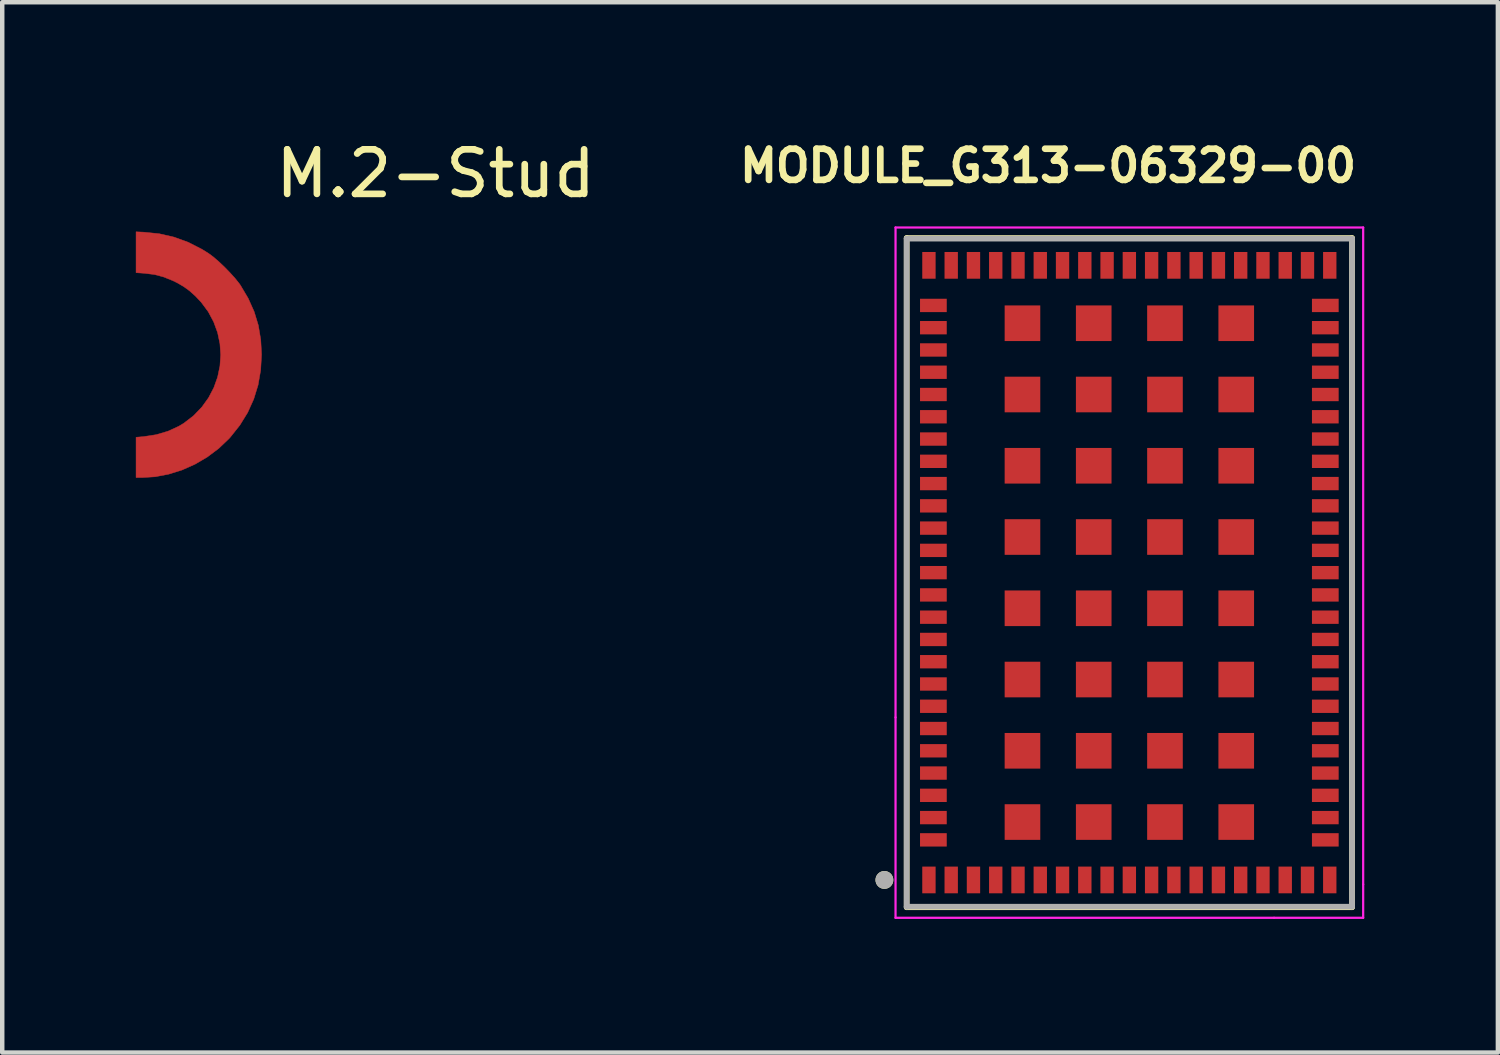
<source format=kicad_pcb>
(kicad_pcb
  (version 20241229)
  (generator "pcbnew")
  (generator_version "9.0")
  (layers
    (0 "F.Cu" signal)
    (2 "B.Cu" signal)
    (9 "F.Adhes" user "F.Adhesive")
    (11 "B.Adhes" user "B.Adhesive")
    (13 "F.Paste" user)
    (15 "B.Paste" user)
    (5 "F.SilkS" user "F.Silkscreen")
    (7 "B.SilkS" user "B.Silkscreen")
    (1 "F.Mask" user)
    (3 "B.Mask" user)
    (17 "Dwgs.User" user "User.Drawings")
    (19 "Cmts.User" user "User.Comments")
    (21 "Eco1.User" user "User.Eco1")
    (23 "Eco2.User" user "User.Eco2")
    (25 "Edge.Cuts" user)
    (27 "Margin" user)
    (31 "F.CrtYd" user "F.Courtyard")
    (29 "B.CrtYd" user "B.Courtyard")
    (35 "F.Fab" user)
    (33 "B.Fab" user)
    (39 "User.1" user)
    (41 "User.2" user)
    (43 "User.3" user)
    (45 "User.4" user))
  (footprint "M.2-Stud"
    (layer "F.Cu")
    (at 0.482 4.858)
    (property "Reference" "M.2-Stud" (at 6.25 -4.01 0) (layer "F.SilkS") (effects (font (size 1 1) (thickness 0.15))))
    (attr through_hole)
    (fp_poly (pts (xy -0.302 -2.695) (xy 0.043 -2.66) (xy 0.376 -2.584) (xy 0.697 -2.467) (xy 1.004 -2.31) (xy 1.153 -2.217) (xy 1.259 -2.138) (xy 1.381 -2.033) (xy 1.509 -1.912) (xy 1.633 -1.784) (xy 1.746 -1.659) (xy 1.837 -1.545) (xy 1.867 -1.503) (xy 2.041 -1.209) (xy 2.175 -0.91) (xy 2.269 -0.601) (xy 2.323 -0.278) (xy 2.341 0.052) (xy 2.321 0.403) (xy 2.263 0.737) (xy 2.165 1.054) (xy 2.029 1.355) (xy 1.853 1.64) (xy 1.639 1.909) (xy 1.608 1.943) (xy 1.378 2.162) (xy 1.122 2.354) (xy 0.846 2.516) (xy 0.556 2.645) (xy 0.255 2.739) (xy -0.049 2.797) (xy -0.323 2.814) (xy -0.477 2.814) (xy -0.477 1.91) (xy -0.313 1.896) (xy -0.024 1.852) (xy 0.243 1.773) (xy 0.486 1.661) (xy 0.595 1.595) (xy 0.813 1.427) (xy 0.998 1.235) (xy 1.15 1.024) (xy 1.269 0.797) (xy 1.354 0.559) (xy 1.406 0.312) (xy 1.423 0.061) (xy 1.406 -0.191) (xy 1.354 -0.439) (xy 1.266 -0.68) (xy 1.143 -0.91) (xy 0.984 -1.124) (xy 0.854 -1.261) (xy 0.721 -1.38) (xy 0.591 -1.474) (xy 0.449 -1.557) (xy 0.342 -1.609) (xy 0.137 -1.691) (xy -0.064 -1.744) (xy -0.281 -1.771) (xy -0.291 -1.772) (xy -0.477 -1.785) (xy -0.477 -2.703) (xy -0.302 -2.695)) (stroke (width 0.01) (type solid)) (fill yes) (layer "F.Cu"))
    (fp_poly (pts (xy -0.302 -2.695) (xy 0.043 -2.66) (xy 0.376 -2.584) (xy 0.697 -2.467) (xy 1.004 -2.31) (xy 1.153 -2.217) (xy 1.259 -2.138) (xy 1.381 -2.033) (xy 1.509 -1.912) (xy 1.633 -1.784) (xy 1.746 -1.659) (xy 1.837 -1.545) (xy 1.867 -1.503) (xy 2.041 -1.209) (xy 2.175 -0.91) (xy 2.269 -0.601) (xy 2.323 -0.278) (xy 2.341 0.052) (xy 2.321 0.403) (xy 2.263 0.737) (xy 2.165 1.054) (xy 2.029 1.355) (xy 1.853 1.64) (xy 1.639 1.909) (xy 1.608 1.943) (xy 1.378 2.162) (xy 1.122 2.354) (xy 0.846 2.516) (xy 0.556 2.645) (xy 0.255 2.739) (xy -0.049 2.797) (xy -0.323 2.814) (xy -0.477 2.814) (xy -0.477 1.91) (xy -0.313 1.896) (xy -0.024 1.852) (xy 0.243 1.773) (xy 0.486 1.661) (xy 0.595 1.595) (xy 0.813 1.427) (xy 0.998 1.235) (xy 1.15 1.024) (xy 1.269 0.797) (xy 1.354 0.559) (xy 1.406 0.312) (xy 1.423 0.061) (xy 1.406 -0.191) (xy 1.354 -0.439) (xy 1.266 -0.68) (xy 1.143 -0.91) (xy 0.984 -1.124) (xy 0.854 -1.261) (xy 0.721 -1.38) (xy 0.591 -1.474) (xy 0.449 -1.557) (xy 0.342 -1.609) (xy 0.137 -1.691) (xy -0.064 -1.744) (xy -0.281 -1.771) (xy -0.291 -1.772) (xy -0.477 -1.785) (xy -0.477 -2.703) (xy -0.302 -2.695)) (stroke (width 0.01) (type solid)) (fill yes) (layer "F.Mask")))
  (footprint "MODULE_G313-06329-00"
    (layer "F.Cu")
    (at 22.308 9.808)
    (property "Reference" "MODULE_G313-06329-00" (at -1.825 -9.135 0) (layer "F.SilkS") (effects (font (size 0.7 0.7) (thickness 0.15))))
    (attr through_hole)
    (fp_line (start -5 -7.513) (end 5 -7.513) (stroke (width 0.127) (type solid)) (layer "F.SilkS"))
    (fp_line (start -5 7.513) (end -5 -7.513) (stroke (width 0.127) (type solid)) (layer "F.SilkS"))
    (fp_line (start 5 -7.513) (end 5 7.513) (stroke (width 0.127) (type solid)) (layer "F.SilkS"))
    (fp_line (start 5 7.513) (end -5 7.513) (stroke (width 0.127) (type solid)) (layer "F.SilkS"))
    (fp_circle (center -5.5 6.9) (end -5.4 6.9) (stroke (width 0.2) (type solid)) (fill no) (layer "F.SilkS"))
    (fp_line (start -5.25 -7.75) (end 5.25 -7.75) (stroke (width 0.05) (type solid)) (layer "F.CrtYd"))
    (fp_line (start -5.25 3.25) (end -5.25 -7.75) (stroke (width 0.05) (type solid)) (layer "F.CrtYd"))
    (fp_line (start -5.25 7.75) (end -5.25 3.25) (stroke (width 0.05) (type solid)) (layer "F.CrtYd"))
    (fp_line (start 3.25 7.75) (end -5.25 7.75) (stroke (width 0.05) (type solid)) (layer "F.CrtYd"))
    (fp_line (start 5.25 -7.75) (end 5.25 7) (stroke (width 0.05) (type solid)) (layer "F.CrtYd"))
    (fp_line (start 5.25 7) (end 5.25 7.75) (stroke (width 0.05) (type solid)) (layer "F.CrtYd"))
    (fp_line (start 5.25 7.75) (end 3.25 7.75) (stroke (width 0.05) (type solid)) (layer "F.CrtYd"))
    (fp_line (start -5 -7.5) (end 5 -7.5) (stroke (width 0.127) (type solid)) (layer "F.Fab"))
    (fp_line (start -5 7.5) (end -5 -7.5) (stroke (width 0.127) (type solid)) (layer "F.Fab"))
    (fp_line (start 5 -7.5) (end 5 7.5) (stroke (width 0.127) (type solid)) (layer "F.Fab"))
    (fp_line (start 5 7.5) (end -5 7.5) (stroke (width 0.127) (type solid)) (layer "F.Fab"))
    (fp_circle (center -5.5 6.9) (end -5.4 6.9) (stroke (width 0.2) (type solid)) (fill no) (layer "F.Fab"))
    (pad "1" smd rect (at -4.5 6.9) (size 0.3 0.6) (layers "F.Cu" "F.Mask" "F.Paste"))
    (pad "2" smd rect (at -4 6.9) (size 0.3 0.6) (layers "F.Cu" "F.Mask" "F.Paste"))
    (pad "3" smd rect (at -3.5 6.9) (size 0.3 0.6) (layers "F.Cu" "F.Mask" "F.Paste"))
    (pad "4" smd rect (at -3 6.9) (size 0.3 0.6) (layers "F.Cu" "F.Mask" "F.Paste"))
    (pad "5" smd rect (at -2.5 6.9) (size 0.3 0.6) (layers "F.Cu" "F.Mask" "F.Paste"))
    (pad "6" smd rect (at -2 6.9) (size 0.3 0.6) (layers "F.Cu" "F.Mask" "F.Paste"))
    (pad "7" smd rect (at -1.5 6.9) (size 0.3 0.6) (layers "F.Cu" "F.Mask" "F.Paste"))
    (pad "8" smd rect (at -1 6.9) (size 0.3 0.6) (layers "F.Cu" "F.Mask" "F.Paste"))
    (pad "9" smd rect (at -0.5 6.9) (size 0.3 0.6) (layers "F.Cu" "F.Mask" "F.Paste"))
    (pad "10" smd rect (at 0 6.9) (size 0.3 0.6) (layers "F.Cu" "F.Mask" "F.Paste"))
    (pad "11" smd rect (at 0.5 6.9) (size 0.3 0.6) (layers "F.Cu" "F.Mask" "F.Paste"))
    (pad "12" smd rect (at 1 6.9) (size 0.3 0.6) (layers "F.Cu" "F.Mask" "F.Paste"))
    (pad "13" smd rect (at 1.5 6.9) (size 0.3 0.6) (layers "F.Cu" "F.Mask" "F.Paste"))
    (pad "14" smd rect (at 2 6.9) (size 0.3 0.6) (layers "F.Cu" "F.Mask" "F.Paste"))
    (pad "15" smd rect (at 2.5 6.9) (size 0.3 0.6) (layers "F.Cu" "F.Mask" "F.Paste"))
    (pad "16" smd rect (at 3 6.9) (size 0.3 0.6) (layers "F.Cu" "F.Mask" "F.Paste"))
    (pad "17" smd rect (at 3.5 6.9) (size 0.3 0.6) (layers "F.Cu" "F.Mask" "F.Paste"))
    (pad "18" smd rect (at 4 6.9) (size 0.3 0.6) (layers "F.Cu" "F.Mask" "F.Paste"))
    (pad "19" smd rect (at 4.5 6.9) (size 0.3 0.6) (layers "F.Cu" "F.Mask" "F.Paste"))
    (pad "20" smd rect (at 4.4 6) (size 0.6 0.3) (layers "F.Cu" "F.Mask" "F.Paste"))
    (pad "21" smd rect (at 4.4 5.5) (size 0.6 0.3) (layers "F.Cu" "F.Mask" "F.Paste"))
    (pad "22" smd rect (at 4.4 5) (size 0.6 0.3) (layers "F.Cu" "F.Mask" "F.Paste"))
    (pad "23" smd rect (at 4.4 4.5) (size 0.6 0.3) (layers "F.Cu" "F.Mask" "F.Paste"))
    (pad "24" smd rect (at 4.4 4) (size 0.6 0.3) (layers "F.Cu" "F.Mask" "F.Paste"))
    (pad "25" smd rect (at 4.4 3.5) (size 0.6 0.3) (layers "F.Cu" "F.Mask" "F.Paste"))
    (pad "26" smd rect (at 4.4 3) (size 0.6 0.3) (layers "F.Cu" "F.Mask" "F.Paste"))
    (pad "27" smd rect (at 4.4 2.5) (size 0.6 0.3) (layers "F.Cu" "F.Mask" "F.Paste"))
    (pad "28" smd rect (at 4.4 2) (size 0.6 0.3) (layers "F.Cu" "F.Mask" "F.Paste"))
    (pad "29" smd rect (at 4.4 1.5) (size 0.6 0.3) (layers "F.Cu" "F.Mask" "F.Paste"))
    (pad "30" smd rect (at 4.4 1) (size 0.6 0.3) (layers "F.Cu" "F.Mask" "F.Paste"))
    (pad "31" smd rect (at 4.4 0.5) (size 0.6 0.3) (layers "F.Cu" "F.Mask" "F.Paste"))
    (pad "32" smd rect (at 4.4 0) (size 0.6 0.3) (layers "F.Cu" "F.Mask" "F.Paste"))
    (pad "33" smd rect (at 4.4 -0.5) (size 0.6 0.3) (layers "F.Cu" "F.Mask" "F.Paste"))
    (pad "34" smd rect (at 4.4 -1) (size 0.6 0.3) (layers "F.Cu" "F.Mask" "F.Paste"))
    (pad "35" smd rect (at 4.4 -1.5) (size 0.6 0.3) (layers "F.Cu" "F.Mask" "F.Paste"))
    (pad "36" smd rect (at 4.4 -2) (size 0.6 0.3) (layers "F.Cu" "F.Mask" "F.Paste"))
    (pad "37" smd rect (at 4.4 -2.5) (size 0.6 0.3) (layers "F.Cu" "F.Mask" "F.Paste"))
    (pad "38" smd rect (at 4.4 -3) (size 0.6 0.3) (layers "F.Cu" "F.Mask" "F.Paste"))
    (pad "39" smd rect (at 4.4 -3.5) (size 0.6 0.3) (layers "F.Cu" "F.Mask" "F.Paste"))
    (pad "40" smd rect (at 4.4 -4) (size 0.6 0.3) (layers "F.Cu" "F.Mask" "F.Paste"))
    (pad "41" smd rect (at 4.4 -4.5) (size 0.6 0.3) (layers "F.Cu" "F.Mask" "F.Paste"))
    (pad "42" smd rect (at 4.4 -5) (size 0.6 0.3) (layers "F.Cu" "F.Mask" "F.Paste"))
    (pad "43" smd rect (at 4.4 -5.5) (size 0.6 0.3) (layers "F.Cu" "F.Mask" "F.Paste"))
    (pad "44" smd rect (at 4.4 -6) (size 0.6 0.3) (layers "F.Cu" "F.Mask" "F.Paste"))
    (pad "45" smd rect (at 4.5 -6.9) (size 0.3 0.6) (layers "F.Cu" "F.Mask" "F.Paste"))
    (pad "46" smd rect (at 4 -6.9) (size 0.3 0.6) (layers "F.Cu" "F.Mask" "F.Paste"))
    (pad "47" smd rect (at 3.5 -6.9) (size 0.3 0.6) (layers "F.Cu" "F.Mask" "F.Paste"))
    (pad "48" smd rect (at 3 -6.9) (size 0.3 0.6) (layers "F.Cu" "F.Mask" "F.Paste"))
    (pad "49" smd rect (at 2.5 -6.9) (size 0.3 0.6) (layers "F.Cu" "F.Mask" "F.Paste"))
    (pad "50" smd rect (at 2 -6.9) (size 0.3 0.6) (layers "F.Cu" "F.Mask" "F.Paste"))
    (pad "51" smd rect (at 1.5 -6.9) (size 0.3 0.6) (layers "F.Cu" "F.Mask" "F.Paste"))
    (pad "52" smd rect (at 1 -6.9) (size 0.3 0.6) (layers "F.Cu" "F.Mask" "F.Paste"))
    (pad "53" smd rect (at 0.5 -6.9) (size 0.3 0.6) (layers "F.Cu" "F.Mask" "F.Paste"))
    (pad "54" smd rect (at 0 -6.9) (size 0.3 0.6) (layers "F.Cu" "F.Mask" "F.Paste"))
    (pad "55" smd rect (at -0.5 -6.9) (size 0.3 0.6) (layers "F.Cu" "F.Mask" "F.Paste"))
    (pad "56" smd rect (at -1 -6.9) (size 0.3 0.6) (layers "F.Cu" "F.Mask" "F.Paste"))
    (pad "57" smd rect (at -1.5 -6.9) (size 0.3 0.6) (layers "F.Cu" "F.Mask" "F.Paste"))
    (pad "58" smd rect (at -2 -6.9) (size 0.3 0.6) (layers "F.Cu" "F.Mask" "F.Paste"))
    (pad "59" smd rect (at -2.5 -6.9) (size 0.3 0.6) (layers "F.Cu" "F.Mask" "F.Paste"))
    (pad "60" smd rect (at -3 -6.9) (size 0.3 0.6) (layers "F.Cu" "F.Mask" "F.Paste"))
    (pad "61" smd rect (at -3.5 -6.9) (size 0.3 0.6) (layers "F.Cu" "F.Mask" "F.Paste"))
    (pad "62" smd rect (at -4 -6.9) (size 0.3 0.6) (layers "F.Cu" "F.Mask" "F.Paste"))
    (pad "63" smd rect (at -4.5 -6.9) (size 0.3 0.6) (layers "F.Cu" "F.Mask" "F.Paste"))
    (pad "64" smd rect (at -4.4 -6) (size 0.6 0.3) (layers "F.Cu" "F.Mask" "F.Paste"))
    (pad "65" smd rect (at -4.4 -5.5) (size 0.6 0.3) (layers "F.Cu" "F.Mask" "F.Paste"))
    (pad "66" smd rect (at -4.4 -5) (size 0.6 0.3) (layers "F.Cu" "F.Mask" "F.Paste"))
    (pad "67" smd rect (at -4.4 -4.5) (size 0.6 0.3) (layers "F.Cu" "F.Mask" "F.Paste"))
    (pad "68" smd rect (at -4.4 -4) (size 0.6 0.3) (layers "F.Cu" "F.Mask" "F.Paste"))
    (pad "69" smd rect (at -4.4 -3.5) (size 0.6 0.3) (layers "F.Cu" "F.Mask" "F.Paste"))
    (pad "70" smd rect (at -4.4 -3) (size 0.6 0.3) (layers "F.Cu" "F.Mask" "F.Paste"))
    (pad "71" smd rect (at -4.4 -2.5) (size 0.6 0.3) (layers "F.Cu" "F.Mask" "F.Paste"))
    (pad "72" smd rect (at -4.4 -2) (size 0.6 0.3) (layers "F.Cu" "F.Mask" "F.Paste"))
    (pad "73" smd rect (at -4.4 -1.5) (size 0.6 0.3) (layers "F.Cu" "F.Mask" "F.Paste"))
    (pad "74" smd rect (at -4.4 -1) (size 0.6 0.3) (layers "F.Cu" "F.Mask" "F.Paste"))
    (pad "75" smd rect (at -4.4 -0.5) (size 0.6 0.3) (layers "F.Cu" "F.Mask" "F.Paste"))
    (pad "76" smd rect (at -4.4 0) (size 0.6 0.3) (layers "F.Cu" "F.Mask" "F.Paste"))
    (pad "77" smd rect (at -4.4 0.5) (size 0.6 0.3) (layers "F.Cu" "F.Mask" "F.Paste"))
    (pad "78" smd rect (at -4.4 1) (size 0.6 0.3) (layers "F.Cu" "F.Mask" "F.Paste"))
    (pad "79" smd rect (at -4.4 1.5) (size 0.6 0.3) (layers "F.Cu" "F.Mask" "F.Paste"))
    (pad "80" smd rect (at -4.4 2) (size 0.6 0.3) (layers "F.Cu" "F.Mask" "F.Paste"))
    (pad "81" smd rect (at -4.4 2.5) (size 0.6 0.3) (layers "F.Cu" "F.Mask" "F.Paste"))
    (pad "82" smd rect (at -4.4 3) (size 0.6 0.3) (layers "F.Cu" "F.Mask" "F.Paste"))
    (pad "83" smd rect (at -4.4 3.5) (size 0.6 0.3) (layers "F.Cu" "F.Mask" "F.Paste"))
    (pad "84" smd rect (at -4.4 4) (size 0.6 0.3) (layers "F.Cu" "F.Mask" "F.Paste"))
    (pad "85" smd rect (at -4.4 4.5) (size 0.6 0.3) (layers "F.Cu" "F.Mask" "F.Paste"))
    (pad "86" smd rect (at -4.4 5) (size 0.6 0.3) (layers "F.Cu" "F.Mask" "F.Paste"))
    (pad "87" smd rect (at -4.4 5.5) (size 0.6 0.3) (layers "F.Cu" "F.Mask" "F.Paste"))
    (pad "88" smd rect (at -4.4 6) (size 0.6 0.3) (layers "F.Cu" "F.Mask" "F.Paste"))
    (pad "89" smd rect (at -2.4 -5.6) (size 0.8 0.8) (layers "F.Cu" "F.Mask" "F.Paste"))
    (pad "90" smd rect (at -2.4 -4) (size 0.8 0.8) (layers "F.Cu" "F.Mask" "F.Paste"))
    (pad "91" smd rect (at -2.4 -2.4) (size 0.8 0.8) (layers "F.Cu" "F.Mask" "F.Paste"))
    (pad "92" smd rect (at -2.4 -0.8) (size 0.8 0.8) (layers "F.Cu" "F.Mask" "F.Paste"))
    (pad "93" smd rect (at -2.4 0.8) (size 0.8 0.8) (layers "F.Cu" "F.Mask" "F.Paste"))
    (pad "94" smd rect (at -2.4 2.4) (size 0.8 0.8) (layers "F.Cu" "F.Mask" "F.Paste"))
    (pad "95" smd rect (at -2.4 4) (size 0.8 0.8) (layers "F.Cu" "F.Mask" "F.Paste"))
    (pad "96" smd rect (at -2.4 5.6) (size 0.8 0.8) (layers "F.Cu" "F.Mask" "F.Paste"))
    (pad "97" smd rect (at -0.8 -5.6) (size 0.8 0.8) (layers "F.Cu" "F.Mask" "F.Paste"))
    (pad "98" smd rect (at -0.8 -4) (size 0.8 0.8) (layers "F.Cu" "F.Mask" "F.Paste"))
    (pad "99" smd rect (at -0.8 -2.4) (size 0.8 0.8) (layers "F.Cu" "F.Mask" "F.Paste"))
    (pad "100" smd rect (at -0.8 -0.8) (size 0.8 0.8) (layers "F.Cu" "F.Mask" "F.Paste"))
    (pad "101" smd rect (at -0.8 0.8) (size 0.8 0.8) (layers "F.Cu" "F.Mask" "F.Paste"))
    (pad "102" smd rect (at -0.8 2.4) (size 0.8 0.8) (layers "F.Cu" "F.Mask" "F.Paste"))
    (pad "103" smd rect (at -0.8 4) (size 0.8 0.8) (layers "F.Cu" "F.Mask" "F.Paste"))
    (pad "104" smd rect (at -0.8 5.6) (size 0.8 0.8) (layers "F.Cu" "F.Mask" "F.Paste"))
    (pad "105" smd rect (at 0.8 -5.6) (size 0.8 0.8) (layers "F.Cu" "F.Mask" "F.Paste"))
    (pad "106" smd rect (at 0.8 -4) (size 0.8 0.8) (layers "F.Cu" "F.Mask" "F.Paste"))
    (pad "107" smd rect (at 0.8 -2.4) (size 0.8 0.8) (layers "F.Cu" "F.Mask" "F.Paste"))
    (pad "108" smd rect (at 0.8 -0.8) (size 0.8 0.8) (layers "F.Cu" "F.Mask" "F.Paste"))
    (pad "109" smd rect (at 0.8 0.8) (size 0.8 0.8) (layers "F.Cu" "F.Mask" "F.Paste"))
    (pad "110" smd rect (at 0.8 2.4) (size 0.8 0.8) (layers "F.Cu" "F.Mask" "F.Paste"))
    (pad "111" smd rect (at 0.8 4) (size 0.8 0.8) (layers "F.Cu" "F.Mask" "F.Paste"))
    (pad "112" smd rect (at 0.8 5.6) (size 0.8 0.8) (layers "F.Cu" "F.Mask" "F.Paste"))
    (pad "113" smd rect (at 2.4 -5.6) (size 0.8 0.8) (layers "F.Cu" "F.Mask" "F.Paste"))
    (pad "114" smd rect (at 2.4 -4) (size 0.8 0.8) (layers "F.Cu" "F.Mask" "F.Paste"))
    (pad "115" smd rect (at 2.4 -2.4) (size 0.8 0.8) (layers "F.Cu" "F.Mask" "F.Paste"))
    (pad "116" smd rect (at 2.4 -0.8) (size 0.8 0.8) (layers "F.Cu" "F.Mask" "F.Paste"))
    (pad "117" smd rect (at 2.4 0.8) (size 0.8 0.8) (layers "F.Cu" "F.Mask" "F.Paste"))
    (pad "118" smd rect (at 2.4 2.4) (size 0.8 0.8) (layers "F.Cu" "F.Mask" "F.Paste"))
    (pad "119" smd rect (at 2.4 4) (size 0.8 0.8) (layers "F.Cu" "F.Mask" "F.Paste"))
    (pad "120" smd rect (at 2.4 5.6) (size 0.8 0.8) (layers "F.Cu" "F.Mask" "F.Paste")))
  (gr_rect
    (start -3 -3)
    (end 30.583 20.583)
    (stroke (width 0.1) (type default))
    (fill no)
    (layer "Edge.Cuts")))
</source>
